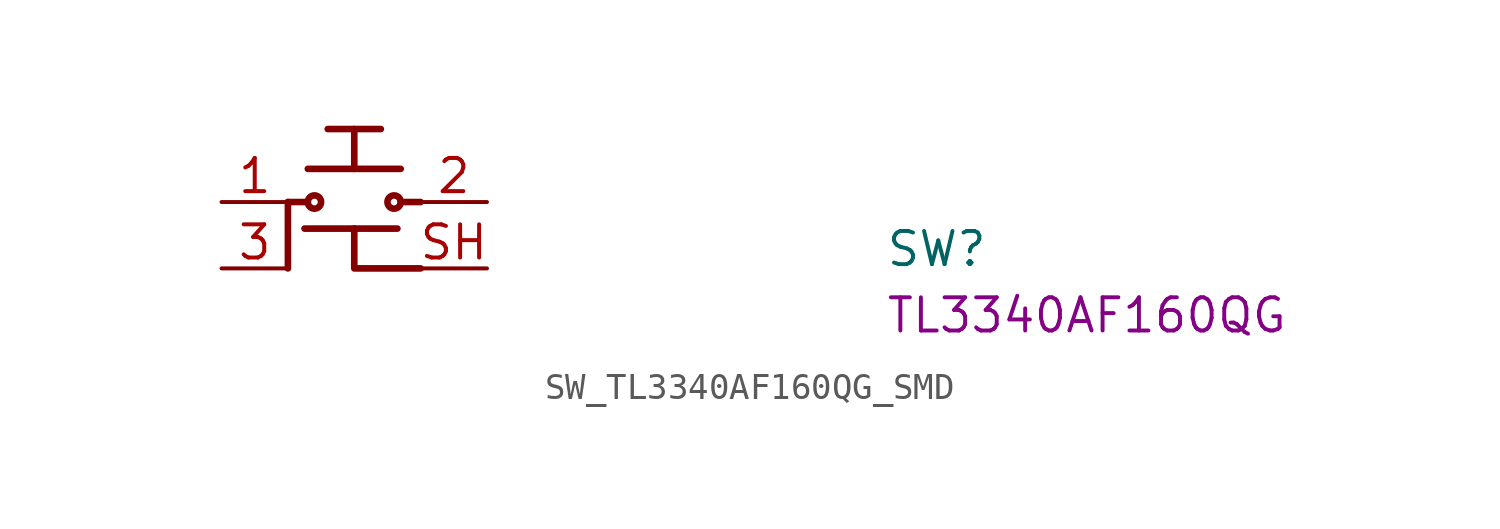
<source format=kicad_sym>
(kicad_symbol_lib
  (version 20220914)
  (generator kicad_symbol_editor)
  (symbol "SW_TL3340AF160QG_SMD"
    (pin_names hide)
    (property "Reference" "SW"
      (at 25.4 -2.54 0)
      (effects (font (size 1.27 1.27) (thickness 0.15)) (justify left bottom)))
    (property "MPN" "TL3340AF160QG"
      (at 25.4 -5.08 0)
      (effects (font (size 1.27 1.27) (thickness 0.15)) (justify left bottom)))
    (symbol "SW_TL3340AF160QG_SMD_1_1"
      (polyline (pts (xy 2.54 -2.54) (xy 2.54 0)) (stroke (width 0.254) (type default)) (fill (type none)))
      (polyline (pts (xy 2.54 0) (xy 3.302 0)) (stroke (width 0.254) (type default)) (fill (type none)))
      (polyline (pts (xy 3.175 -1.016) (xy 6.731 -1.016)) (stroke (width 0.254) (type default)) (fill (type none)))
      (polyline (pts (xy 3.302 1.27) (xy 6.858 1.27)) (stroke (width 0.254) (type default)) (fill (type none)))
      (polyline (pts (xy 4.064 2.794) (xy 6.096 2.794)) (stroke (width 0.254) (type default)) (fill (type none)))
      (polyline (pts (xy 5.08 1.27) (xy 5.08 2.794)) (stroke (width 0.254) (type default)) (fill (type none)))
      (polyline (pts (xy 7.62 0) (xy 6.858 0)) (stroke (width 0.254) (type default)) (fill (type none)))
      (polyline (pts (xy 7.62 -2.54) (xy 5.08 -2.54) (xy 5.08 -1.016)) (stroke (width 0.254) (type default)) (fill (type none)))
      (circle (center 3.556 0) (radius 0.254) (stroke (width 0.254) (type default)) (fill (type none)))
      (circle (center 6.604 0) (radius 0.254) (stroke (width 0.254) (type default)) (fill (type none)))
      (pin passive line (at 0 0 0) (length 2.54) (name "1" (effects (font (size 1.27 1.27)))) (number "1" (effects (font (size 1.27 1.27)))))
      (pin passive line (at 10.16 0 180) (length 2.54) (name "2" (effects (font (size 1.27 1.27)))) (number "2" (effects (font (size 1.27 1.27)))))
      (pin passive line (at 0 -2.54 0) (length 2.54) (name "3" (effects (font (size 1.27 1.27)))) (number "3" (effects (font (size 1.27 1.27)))))
      (pin passive line (at 10.16 -2.54 180) (length 2.54) (name "SH" (effects (font (size 1.27 1.27)))) (number "SH" (effects (font (size 1.27 1.27))))))))
</source>
